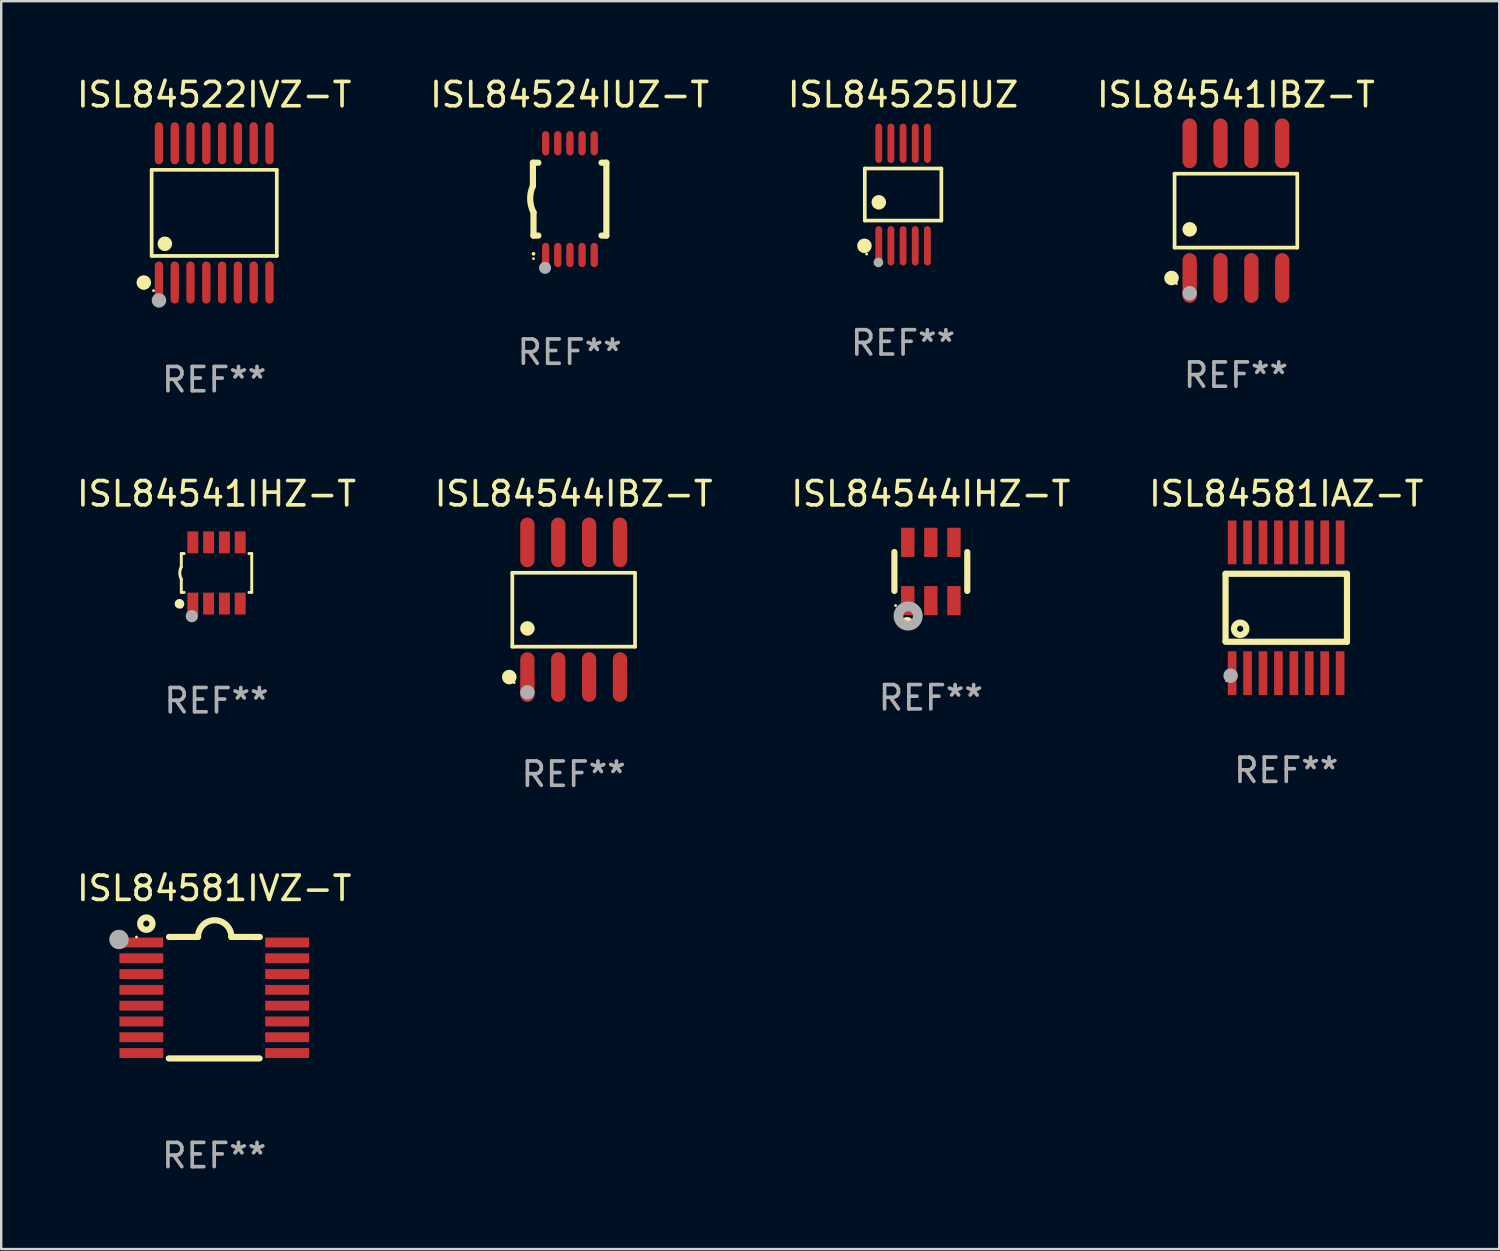
<source format=kicad_pcb>
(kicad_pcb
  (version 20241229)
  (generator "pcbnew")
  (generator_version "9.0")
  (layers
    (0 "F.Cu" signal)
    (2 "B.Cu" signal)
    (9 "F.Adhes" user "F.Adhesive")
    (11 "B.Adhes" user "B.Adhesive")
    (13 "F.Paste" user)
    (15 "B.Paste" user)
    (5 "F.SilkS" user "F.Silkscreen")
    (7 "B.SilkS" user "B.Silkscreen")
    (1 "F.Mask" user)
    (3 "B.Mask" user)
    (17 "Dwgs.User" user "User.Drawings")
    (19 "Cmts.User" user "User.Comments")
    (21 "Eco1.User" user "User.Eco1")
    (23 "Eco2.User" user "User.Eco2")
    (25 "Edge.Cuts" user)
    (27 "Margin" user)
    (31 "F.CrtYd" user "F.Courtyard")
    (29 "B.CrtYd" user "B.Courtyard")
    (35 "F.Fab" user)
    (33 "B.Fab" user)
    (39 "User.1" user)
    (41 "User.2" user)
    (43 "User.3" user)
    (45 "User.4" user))
  (footprint "ISL84522IVZ-T"
    (layer "F.Cu")
    (at 5.768 5.714)
    (property "Reference" "ISL84522IVZ-T" (at 0 -4.866 0) (layer "F.SilkS") (effects (font (size 1 1) (thickness 0.15))))
    (attr through_hole)
    (fp_line (start -2.576 -1.772) (end 2.576 -1.772) (stroke (width 0.152) (type solid)) (layer "F.SilkS"))
    (fp_line (start -2.576 1.771) (end -2.576 -1.772) (stroke (width 0.152) (type solid)) (layer "F.SilkS"))
    (fp_line (start 2.576 -1.772) (end 2.576 1.771) (stroke (width 0.152) (type solid)) (layer "F.SilkS"))
    (fp_line (start 2.576 1.771) (end -2.576 1.771) (stroke (width 0.152) (type solid)) (layer "F.SilkS"))
    (fp_circle (center -2.899 2.866) (end -2.749 2.866) (stroke (width 0.3) (type solid)) (fill no) (layer "F.SilkS"))
    (fp_circle (center -2.5 3.2) (end -2.47 3.2) (stroke (width 0.06) (type solid)) (fill no) (layer "F.SilkS"))
    (fp_circle (center -2.032 1.27) (end -1.882 1.27) (stroke (width 0.3) (type solid)) (fill no) (layer "F.SilkS"))
    (fp_circle (center -2.275 3.6) (end -2.125 3.6) (stroke (width 0.3) (type solid)) (fill no) (layer "F.Fab"))
    (fp_text user "REF**" (at 0 6.866 0) (layer "F.Fab") (effects (font (size 1 1) (thickness 0.15))))
    (pad "1" smd oval (at -2.275 2.866) (size 0.343 1.731) (layers "F.Cu" "F.Mask" "F.Paste"))
    (pad "2" smd oval (at -1.625 2.866) (size 0.343 1.731) (layers "F.Cu" "F.Mask" "F.Paste"))
    (pad "3" smd oval (at -0.975 2.866) (size 0.343 1.731) (layers "F.Cu" "F.Mask" "F.Paste"))
    (pad "4" smd oval (at -0.325 2.866) (size 0.343 1.731) (layers "F.Cu" "F.Mask" "F.Paste"))
    (pad "5" smd oval (at 0.325 2.866) (size 0.343 1.731) (layers "F.Cu" "F.Mask" "F.Paste"))
    (pad "6" smd oval (at 0.975 2.866) (size 0.343 1.731) (layers "F.Cu" "F.Mask" "F.Paste"))
    (pad "7" smd oval (at 1.625 2.866) (size 0.343 1.731) (layers "F.Cu" "F.Mask" "F.Paste"))
    (pad "8" smd oval (at 2.275 2.866) (size 0.343 1.731) (layers "F.Cu" "F.Mask" "F.Paste"))
    (pad "9" smd oval (at 2.275 -2.866) (size 0.343 1.731) (layers "F.Cu" "F.Mask" "F.Paste"))
    (pad "10" smd oval (at 1.625 -2.866) (size 0.343 1.731) (layers "F.Cu" "F.Mask" "F.Paste"))
    (pad "11" smd oval (at 0.975 -2.866) (size 0.343 1.731) (layers "F.Cu" "F.Mask" "F.Paste"))
    (pad "12" smd oval (at 0.325 -2.866) (size 0.343 1.731) (layers "F.Cu" "F.Mask" "F.Paste"))
    (pad "13" smd oval (at -0.325 -2.866) (size 0.343 1.731) (layers "F.Cu" "F.Mask" "F.Paste"))
    (pad "14" smd oval (at -0.975 -2.866) (size 0.343 1.731) (layers "F.Cu" "F.Mask" "F.Paste"))
    (pad "15" smd oval (at -1.625 -2.866) (size 0.343 1.731) (layers "F.Cu" "F.Mask" "F.Paste"))
    (pad "16" smd oval (at -2.275 -2.866) (size 0.343 1.731) (layers "F.Cu" "F.Mask" "F.Paste")))
  (footprint "ISL84544IHZ-T"
    (layer "F.Cu")
    (at 35.268 20.476)
    (property "Reference" "ISL84544IHZ-T" (at 0 -3.2 0) (layer "F.SilkS") (effects (font (size 1 1) (thickness 0.15))))
    (attr through_hole)
    (fp_line (start -1.5 0.8) (end -1.5 -0.8) (stroke (width 0.254) (type solid)) (layer "F.SilkS"))
    (fp_line (start 1.5 -0.8) (end 1.5 0.8) (stroke (width 0.254) (type solid)) (layer "F.SilkS"))
    (fp_circle (center -1.45 1.4) (end -1.42 1.4) (stroke (width 0.06) (type solid)) (fill no) (layer "F.SilkS"))
    (fp_circle (center -0.975 2.125) (end -0.848 2.125) (stroke (width 0.254) (type solid)) (fill no) (layer "F.SilkS"))
    (fp_circle (center -0.934 1.832) (end -0.735 1.832) (stroke (width 0.4) (type solid)) (fill no) (layer "F.Fab"))
    (fp_text user "REF**" (at 0 5.2 0) (layer "F.Fab") (effects (font (size 1 1) (thickness 0.15))))
    (pad "1" smd rect (at -0.95 1.2) (size 0.55 1.2) (layers "F.Cu" "F.Mask" "F.Paste"))
    (pad "2" smd rect (at 0 1.2) (size 0.55 1.2) (layers "F.Cu" "F.Mask" "F.Paste"))
    (pad "3" smd rect (at 0.95 1.2) (size 0.55 1.2) (layers "F.Cu" "F.Mask" "F.Paste"))
    (pad "4" smd rect (at 0.95 -1.2) (size 0.55 1.2) (layers "F.Cu" "F.Mask" "F.Paste"))
    (pad "5" smd rect (at 0 -1.2) (size 0.55 1.2) (layers "F.Cu" "F.Mask" "F.Paste"))
    (pad "6" smd rect (at -0.95 -1.2) (size 0.55 1.2) (layers "F.Cu" "F.Mask" "F.Paste")))
  (footprint "ISL84541IHZ-T"
    (layer "F.Cu")
    (at 5.863 20.536)
    (property "Reference" "ISL84541IHZ-T" (at 0 -3.26 0) (layer "F.SilkS") (effects (font (size 1 1) (thickness 0.15))))
    (attr through_hole)
    (fp_line (start -1.45 -0.8) (end -1.45 -0.254) (stroke (width 0.12) (type solid)) (layer "F.SilkS"))
    (fp_line (start -1.45 -0.8) (end -1.334 -0.8) (stroke (width 0.12) (type solid)) (layer "F.SilkS"))
    (fp_line (start -1.45 0.8) (end -1.45 0.254) (stroke (width 0.12) (type solid)) (layer "F.SilkS"))
    (fp_line (start -1.45 0.8) (end -1.334 0.8) (stroke (width 0.12) (type solid)) (layer "F.SilkS"))
    (fp_line (start 1.334 -0.8) (end 1.45 -0.8) (stroke (width 0.12) (type solid)) (layer "F.SilkS"))
    (fp_line (start 1.334 0.8) (end 1.45 0.8) (stroke (width 0.12) (type solid)) (layer "F.SilkS"))
    (fp_line (start 1.45 0.8) (end 1.45 -0.8) (stroke (width 0.12) (type solid)) (layer "F.SilkS"))
    (fp_arc (start -1.45075 0.255144) (mid -1.510605 0.000434) (end -1.450013 -0.254102) (stroke (width 0.11999) (type solid)) (layer "F.SilkS"))
    (fp_circle (center -1.524 1.27) (end -1.424 1.27) (stroke (width 0.2) (type solid)) (fill no) (layer "F.SilkS"))
    (fp_circle (center -1.45 1.4) (end -1.42 1.4) (stroke (width 0.06) (type solid)) (fill no) (layer "F.SilkS"))
    (fp_circle (center -1.016 1.778) (end -0.889 1.778) (stroke (width 0.254) (type solid)) (fill no) (layer "F.Fab"))
    (fp_text user "REF**" (at 0 5.26 0) (layer "F.Fab") (effects (font (size 1 1) (thickness 0.15))))
    (pad "1" smd rect (at -0.975 1.26) (size 0.45 0.9) (layers "F.Cu" "F.Mask" "F.Paste"))
    (pad "2" smd rect (at -0.325 1.26) (size 0.45 0.9) (layers "F.Cu" "F.Mask" "F.Paste"))
    (pad "3" smd rect (at 0.325 1.26) (size 0.45 0.9) (layers "F.Cu" "F.Mask" "F.Paste"))
    (pad "4" smd rect (at 0.975 1.26) (size 0.45 0.9) (layers "F.Cu" "F.Mask" "F.Paste"))
    (pad "5" smd rect (at 0.975 -1.26) (size 0.45 0.9) (layers "F.Cu" "F.Mask" "F.Paste"))
    (pad "6" smd rect (at 0.325 -1.26) (size 0.45 0.9) (layers "F.Cu" "F.Mask" "F.Paste"))
    (pad "7" smd rect (at -0.325 -1.26) (size 0.45 0.9) (layers "F.Cu" "F.Mask" "F.Paste"))
    (pad "8" smd rect (at -0.975 -1.26) (size 0.45 0.9) (layers "F.Cu" "F.Mask" "F.Paste")))
  (footprint "ISL84544IBZ-T"
    (layer "F.Cu")
    (at 20.565 22.049)
    (property "Reference" "ISL84544IBZ-T" (at 0 -4.772 0) (layer "F.SilkS") (effects (font (size 1 1) (thickness 0.15))))
    (attr through_hole)
    (fp_line (start -2.526 -1.521) (end 2.526 -1.521) (stroke (width 0.152) (type solid)) (layer "F.SilkS"))
    (fp_line (start -2.526 1.521) (end -2.526 -1.521) (stroke (width 0.152) (type solid)) (layer "F.SilkS"))
    (fp_line (start 2.526 -1.521) (end 2.526 1.521) (stroke (width 0.152) (type solid)) (layer "F.SilkS"))
    (fp_line (start 2.526 1.521) (end -2.526 1.521) (stroke (width 0.152) (type solid)) (layer "F.SilkS"))
    (fp_circle (center -2.652 2.772) (end -2.501 2.772) (stroke (width 0.3) (type solid)) (fill no) (layer "F.SilkS"))
    (fp_circle (center -2.45 3) (end -2.42 3) (stroke (width 0.06) (type solid)) (fill no) (layer "F.SilkS"))
    (fp_circle (center -1.905 0.769) (end -1.755 0.769) (stroke (width 0.3) (type solid)) (fill no) (layer "F.SilkS"))
    (fp_circle (center -1.905 3.4) (end -1.755 3.4) (stroke (width 0.3) (type solid)) (fill no) (layer "F.Fab"))
    (fp_text user "REF**" (at 0 6.772 0) (layer "F.Fab") (effects (font (size 1 1) (thickness 0.15))))
    (pad "1" smd oval (at -1.905 2.772) (size 0.588 2.045) (layers "F.Cu" "F.Mask" "F.Paste"))
    (pad "2" smd oval (at -0.635 2.772) (size 0.588 2.045) (layers "F.Cu" "F.Mask" "F.Paste"))
    (pad "3" smd oval (at 0.635 2.772) (size 0.588 2.045) (layers "F.Cu" "F.Mask" "F.Paste"))
    (pad "4" smd oval (at 1.905 2.772) (size 0.588 2.045) (layers "F.Cu" "F.Mask" "F.Paste"))
    (pad "5" smd oval (at 1.905 -2.772) (size 0.588 2.045) (layers "F.Cu" "F.Mask" "F.Paste"))
    (pad "6" smd oval (at 0.635 -2.772) (size 0.588 2.045) (layers "F.Cu" "F.Mask" "F.Paste"))
    (pad "7" smd oval (at -0.635 -2.772) (size 0.588 2.045) (layers "F.Cu" "F.Mask" "F.Paste"))
    (pad "8" smd oval (at -1.905 -2.772) (size 0.588 2.045) (layers "F.Cu" "F.Mask" "F.Paste")))
  (footprint "ISL84541IBZ-T"
    (layer "F.Cu")
    (at 47.827 5.621)
    (property "Reference" "ISL84541IBZ-T" (at 0 -4.772 0) (layer "F.SilkS") (effects (font (size 1 1) (thickness 0.15))))
    (attr through_hole)
    (fp_line (start -2.526 -1.521) (end 2.526 -1.521) (stroke (width 0.152) (type solid)) (layer "F.SilkS"))
    (fp_line (start -2.526 1.521) (end -2.526 -1.521) (stroke (width 0.152) (type solid)) (layer "F.SilkS"))
    (fp_line (start 2.526 -1.521) (end 2.526 1.521) (stroke (width 0.152) (type solid)) (layer "F.SilkS"))
    (fp_line (start 2.526 1.521) (end -2.526 1.521) (stroke (width 0.152) (type solid)) (layer "F.SilkS"))
    (fp_circle (center -2.652 2.772) (end -2.501 2.772) (stroke (width 0.3) (type solid)) (fill no) (layer "F.SilkS"))
    (fp_circle (center -2.45 3) (end -2.42 3) (stroke (width 0.06) (type solid)) (fill no) (layer "F.SilkS"))
    (fp_circle (center -1.905 0.769) (end -1.755 0.769) (stroke (width 0.3) (type solid)) (fill no) (layer "F.SilkS"))
    (fp_circle (center -1.905 3.4) (end -1.755 3.4) (stroke (width 0.3) (type solid)) (fill no) (layer "F.Fab"))
    (fp_text user "REF**" (at 0 6.772 0) (layer "F.Fab") (effects (font (size 1 1) (thickness 0.15))))
    (pad "1" smd oval (at -1.905 2.772) (size 0.588 2.045) (layers "F.Cu" "F.Mask" "F.Paste"))
    (pad "2" smd oval (at -0.635 2.772) (size 0.588 2.045) (layers "F.Cu" "F.Mask" "F.Paste"))
    (pad "3" smd oval (at 0.635 2.772) (size 0.588 2.045) (layers "F.Cu" "F.Mask" "F.Paste"))
    (pad "4" smd oval (at 1.905 2.772) (size 0.588 2.045) (layers "F.Cu" "F.Mask" "F.Paste"))
    (pad "5" smd oval (at 1.905 -2.772) (size 0.588 2.045) (layers "F.Cu" "F.Mask" "F.Paste"))
    (pad "6" smd oval (at 0.635 -2.772) (size 0.588 2.045) (layers "F.Cu" "F.Mask" "F.Paste"))
    (pad "7" smd oval (at -0.635 -2.772) (size 0.588 2.045) (layers "F.Cu" "F.Mask" "F.Paste"))
    (pad "8" smd oval (at -1.905 -2.772) (size 0.588 2.045) (layers "F.Cu" "F.Mask" "F.Paste")))
  (footprint "ISL84524IUZ-T"
    (layer "F.Cu")
    (at 20.399 5.148)
    (property "Reference" "ISL84524IUZ-T" (at 0 -4.3 0) (layer "F.SilkS") (effects (font (size 1 1) (thickness 0.15))))
    (attr through_hole)
    (fp_line (start -1.512 -1.5) (end -1.512 -0.546) (stroke (width 0.254) (type solid)) (layer "F.SilkS"))
    (fp_line (start -1.487 0.546) (end -1.487 1.5) (stroke (width 0.254) (type solid)) (layer "F.SilkS"))
    (fp_line (start -1.288 -1.5) (end -1.512 -1.5) (stroke (width 0.254) (type solid)) (layer "F.SilkS"))
    (fp_line (start -1.288 1.5) (end -1.487 1.5) (stroke (width 0.254) (type solid)) (layer "F.SilkS"))
    (fp_line (start 1.512 -1.5) (end 1.312 -1.5) (stroke (width 0.254) (type solid)) (layer "F.SilkS"))
    (fp_line (start 1.512 -1.5) (end 1.512 1.5) (stroke (width 0.254) (type solid)) (layer "F.SilkS"))
    (fp_line (start 1.512 1.5) (end 1.312 1.5) (stroke (width 0.254) (type solid)) (layer "F.SilkS"))
    (fp_arc (start -1.487998 2.250013) (mid -1.486728 2.250007) (end -1.485458 2.250013) (stroke (width 0.150013) (type solid)) (layer "F.SilkS"))
    (fp_arc (start -1.486602 0.546102) (mid -1.624196 0.002905) (end -1.512002 -0.546101) (stroke (width 0.254001) (type solid)) (layer "F.SilkS"))
    (fp_circle (center -1.488 2.45) (end -1.458 2.45) (stroke (width 0.06) (type solid)) (fill no) (layer "F.SilkS"))
    (fp_circle (center -1.012 2.828) (end -0.887 2.828) (stroke (width 0.25) (type solid)) (fill no) (layer "F.Fab"))
    (fp_text user "REF**" (at 0 6.3 0) (layer "F.Fab") (effects (font (size 1 1) (thickness 0.15))))
    (pad "1" smd oval (at -0.988 2.3) (size 0.3 1) (layers "F.Cu" "F.Mask" "F.Paste"))
    (pad "2" smd oval (at -0.488 2.3) (size 0.3 1) (layers "F.Cu" "F.Mask" "F.Paste"))
    (pad "3" smd oval (at 0.012 2.3) (size 0.3 1) (layers "F.Cu" "F.Mask" "F.Paste"))
    (pad "4" smd oval (at 0.512 2.3) (size 0.3 1) (layers "F.Cu" "F.Mask" "F.Paste"))
    (pad "5" smd oval (at 1.012 2.3) (size 0.3 1) (layers "F.Cu" "F.Mask" "F.Paste"))
    (pad "6" smd oval (at 1.012 -2.3) (size 0.3 1) (layers "F.Cu" "F.Mask" "F.Paste"))
    (pad "7" smd oval (at 0.512 -2.3) (size 0.3 1) (layers "F.Cu" "F.Mask" "F.Paste"))
    (pad "8" smd oval (at 0.012 -2.3) (size 0.3 1) (layers "F.Cu" "F.Mask" "F.Paste"))
    (pad "9" smd oval (at -0.488 -2.3) (size 0.3 1) (layers "F.Cu" "F.Mask" "F.Paste"))
    (pad "10" smd oval (at -0.988 -2.3) (size 0.3 1) (layers "F.Cu" "F.Mask" "F.Paste")))
  (footprint "ISL84525IUZ"
    (layer "F.Cu")
    (at 34.125 4.958)
    (property "Reference" "ISL84525IUZ" (at 0 -4.11 0) (layer "F.SilkS") (effects (font (size 1 1) (thickness 0.15))))
    (attr through_hole)
    (fp_line (start -1.576 -1.071) (end 1.576 -1.071) (stroke (width 0.152) (type solid)) (layer "F.SilkS"))
    (fp_line (start -1.576 1.071) (end -1.576 -1.071) (stroke (width 0.152) (type solid)) (layer "F.SilkS"))
    (fp_line (start 1.576 -1.071) (end 1.576 1.071) (stroke (width 0.152) (type solid)) (layer "F.SilkS"))
    (fp_line (start 1.576 1.071) (end -1.576 1.071) (stroke (width 0.152) (type solid)) (layer "F.SilkS"))
    (fp_circle (center -1.592 2.11) (end -1.442 2.11) (stroke (width 0.3) (type solid)) (fill no) (layer "F.SilkS"))
    (fp_circle (center -1.5 2.45) (end -1.47 2.45) (stroke (width 0.06) (type solid)) (fill no) (layer "F.SilkS"))
    (fp_circle (center -1 0.319) (end -0.85 0.319) (stroke (width 0.3) (type solid)) (fill no) (layer "F.SilkS"))
    (fp_circle (center -1.016 2.794) (end -0.916 2.794) (stroke (width 0.2) (type solid)) (fill no) (layer "F.Fab"))
    (fp_text user "REF**" (at 0 6.11 0) (layer "F.Fab") (effects (font (size 1 1) (thickness 0.15))))
    (pad "1" smd oval (at -1 2.11) (size 0.28 1.62) (layers "F.Cu" "F.Mask" "F.Paste"))
    (pad "2" smd oval (at -0.5 2.11) (size 0.28 1.62) (layers "F.Cu" "F.Mask" "F.Paste"))
    (pad "3" smd oval (at 0 2.11) (size 0.28 1.62) (layers "F.Cu" "F.Mask" "F.Paste"))
    (pad "4" smd oval (at 0.5 2.11) (size 0.28 1.62) (layers "F.Cu" "F.Mask" "F.Paste"))
    (pad "5" smd oval (at 1 2.11) (size 0.28 1.62) (layers "F.Cu" "F.Mask" "F.Paste"))
    (pad "6" smd oval (at 1 -2.11) (size 0.28 1.62) (layers "F.Cu" "F.Mask" "F.Paste"))
    (pad "7" smd oval (at 0.5 -2.11) (size 0.28 1.62) (layers "F.Cu" "F.Mask" "F.Paste"))
    (pad "8" smd oval (at 0 -2.11) (size 0.28 1.62) (layers "F.Cu" "F.Mask" "F.Paste"))
    (pad "9" smd oval (at -0.5 -2.11) (size 0.28 1.62) (layers "F.Cu" "F.Mask" "F.Paste"))
    (pad "10" smd oval (at -1 -2.11) (size 0.28 1.62) (layers "F.Cu" "F.Mask" "F.Paste")))
  (footprint "ISL84581IAZ-T"
    (layer "F.Cu")
    (at 49.899 21.969)
    (property "Reference" "ISL84581IAZ-T" (at 0 -4.692 0) (layer "F.SilkS") (effects (font (size 1 1) (thickness 0.15))))
    (attr through_hole)
    (fp_line (start -2.499 1.372) (end -2.499 -1.4) (stroke (width 0.254) (type solid)) (layer "F.SilkS"))
    (fp_line (start 2.499 -1.4) (end -2.499 -1.4) (stroke (width 0.254) (type solid)) (layer "F.SilkS"))
    (fp_line (start 2.499 1.4) (end -2.499 1.4) (stroke (width 0.254) (type solid)) (layer "F.SilkS"))
    (fp_line (start 2.499 1.4) (end 2.499 -1.4) (stroke (width 0.254) (type solid)) (layer "F.SilkS"))
    (fp_circle (center -2.455 3) (end -2.425 3) (stroke (width 0.06) (type solid)) (fill no) (layer "F.SilkS"))
    (fp_circle (center -1.897 0.864) (end -1.643 0.864) (stroke (width 0.254) (type solid)) (fill no) (layer "F.SilkS"))
    (fp_circle (center -2.291 2.794) (end -2.141 2.794) (stroke (width 0.3) (type solid)) (fill no) (layer "F.Fab"))
    (fp_text user "REF**" (at 0 6.692 0) (layer "F.Fab") (effects (font (size 1 1) (thickness 0.15))))
    (pad "1" smd rect (at -2.228 2.692 90) (size 1.803 0.356) (layers "F.Cu" "F.Mask" "F.Paste"))
    (pad "2" smd rect (at -1.593 2.692 90) (size 1.803 0.356) (layers "F.Cu" "F.Mask" "F.Paste"))
    (pad "3" smd rect (at -0.958 2.692 90) (size 1.803 0.356) (layers "F.Cu" "F.Mask" "F.Paste"))
    (pad "4" smd rect (at -0.323 2.692 90) (size 1.803 0.356) (layers "F.Cu" "F.Mask" "F.Paste"))
    (pad "5" smd rect (at 0.312 2.692 90) (size 1.803 0.356) (layers "F.Cu" "F.Mask" "F.Paste"))
    (pad "6" smd rect (at 0.947 2.692 90) (size 1.803 0.356) (layers "F.Cu" "F.Mask" "F.Paste"))
    (pad "7" smd rect (at 1.582 2.692 90) (size 1.803 0.356) (layers "F.Cu" "F.Mask" "F.Paste"))
    (pad "8" smd rect (at 2.217 2.692 90) (size 1.803 0.356) (layers "F.Cu" "F.Mask" "F.Paste"))
    (pad "9" smd rect (at 2.217 -2.692 90) (size 1.803 0.356) (layers "F.Cu" "F.Mask" "F.Paste"))
    (pad "10" smd rect (at 1.582 -2.692 90) (size 1.803 0.356) (layers "F.Cu" "F.Mask" "F.Paste"))
    (pad "11" smd rect (at 0.947 -2.692 90) (size 1.803 0.356) (layers "F.Cu" "F.Mask" "F.Paste"))
    (pad "12" smd rect (at 0.312 -2.692 90) (size 1.803 0.356) (layers "F.Cu" "F.Mask" "F.Paste"))
    (pad "13" smd rect (at -0.323 -2.692 90) (size 1.803 0.356) (layers "F.Cu" "F.Mask" "F.Paste"))
    (pad "14" smd rect (at -0.958 -2.692 90) (size 1.803 0.356) (layers "F.Cu" "F.Mask" "F.Paste"))
    (pad "15" smd rect (at -1.593 -2.692 90) (size 1.803 0.356) (layers "F.Cu" "F.Mask" "F.Paste"))
    (pad "16" smd rect (at -2.228 -2.692 90) (size 1.803 0.356) (layers "F.Cu" "F.Mask" "F.Paste")))
  (footprint "ISL84581IVZ-T"
    (layer "F.Cu")
    (at 5.768 38.019)
    (property "Reference" "ISL84581IVZ-T" (at 0 -4.501 0) (layer "F.SilkS") (effects (font (size 1 1) (thickness 0.15))))
    (attr through_hole)
    (fp_line (start -1.868 2.501) (end 1.868 2.501) (stroke (width 0.254) (type solid)) (layer "F.SilkS"))
    (fp_line (start -1.86 -2.499) (end -0.666 -2.501) (stroke (width 0.254) (type solid)) (layer "F.SilkS"))
    (fp_line (start 0.706 -2.501) (end 1.88 -2.499) (stroke (width 0.254) (type solid)) (layer "F.SilkS"))
    (fp_arc (start -0.665914 -2.501448) (mid 0.019888 -3.18725) (end 0.70569 -2.501448) (stroke (width 0.254001) (type solid)) (layer "F.SilkS"))
    (fp_circle (center -3.2 -2.497) (end -3.17 -2.497) (stroke (width 0.06) (type solid)) (fill no) (layer "F.SilkS"))
    (fp_circle (center -2.794 -3.047) (end -2.54 -3.047) (stroke (width 0.254) (type solid)) (fill no) (layer "F.SilkS"))
    (fp_circle (center -3.921 -2.395) (end -3.721 -2.395) (stroke (width 0.4) (type solid)) (fill no) (layer "F.Fab"))
    (fp_text user "REF**" (at 0 6.501 0) (layer "F.Fab") (effects (font (size 1 1) (thickness 0.15))))
    (pad "1" smd rect (at -3 -2.272) (size 1.803 0.406) (layers "F.Cu" "F.Mask" "F.Paste"))
    (pad "2" smd rect (at -3 -1.622) (size 1.803 0.406) (layers "F.Cu" "F.Mask" "F.Paste"))
    (pad "3" smd rect (at -3 -0.972) (size 1.803 0.406) (layers "F.Cu" "F.Mask" "F.Paste"))
    (pad "4" smd rect (at -3 -0.322) (size 1.803 0.406) (layers "F.Cu" "F.Mask" "F.Paste"))
    (pad "5" smd rect (at -3 0.328) (size 1.803 0.406) (layers "F.Cu" "F.Mask" "F.Paste"))
    (pad "6" smd rect (at -3 0.978) (size 1.803 0.406) (layers "F.Cu" "F.Mask" "F.Paste"))
    (pad "7" smd rect (at -3 1.628) (size 1.803 0.406) (layers "F.Cu" "F.Mask" "F.Paste"))
    (pad "8" smd rect (at -3 2.278) (size 1.803 0.406) (layers "F.Cu" "F.Mask" "F.Paste"))
    (pad "9" smd rect (at 3 2.278) (size 1.803 0.406) (layers "F.Cu" "F.Mask" "F.Paste"))
    (pad "10" smd rect (at 3 1.628) (size 1.803 0.406) (layers "F.Cu" "F.Mask" "F.Paste"))
    (pad "11" smd rect (at 3 0.978) (size 1.803 0.406) (layers "F.Cu" "F.Mask" "F.Paste"))
    (pad "12" smd rect (at 3 0.328) (size 1.803 0.406) (layers "F.Cu" "F.Mask" "F.Paste"))
    (pad "13" smd rect (at 3 -0.322) (size 1.803 0.406) (layers "F.Cu" "F.Mask" "F.Paste"))
    (pad "14" smd rect (at 3 -0.972) (size 1.803 0.406) (layers "F.Cu" "F.Mask" "F.Paste"))
    (pad "15" smd rect (at 3 -1.622) (size 1.803 0.406) (layers "F.Cu" "F.Mask" "F.Paste"))
    (pad "16" smd rect (at 3 -2.272) (size 1.803 0.406) (layers "F.Cu" "F.Mask" "F.Paste")))
  (gr_rect
    (start -3 -3)
    (end 58.667 48.369)
    (stroke (width 0.1) (type default))
    (fill no)
    (layer "Edge.Cuts")))
</source>
